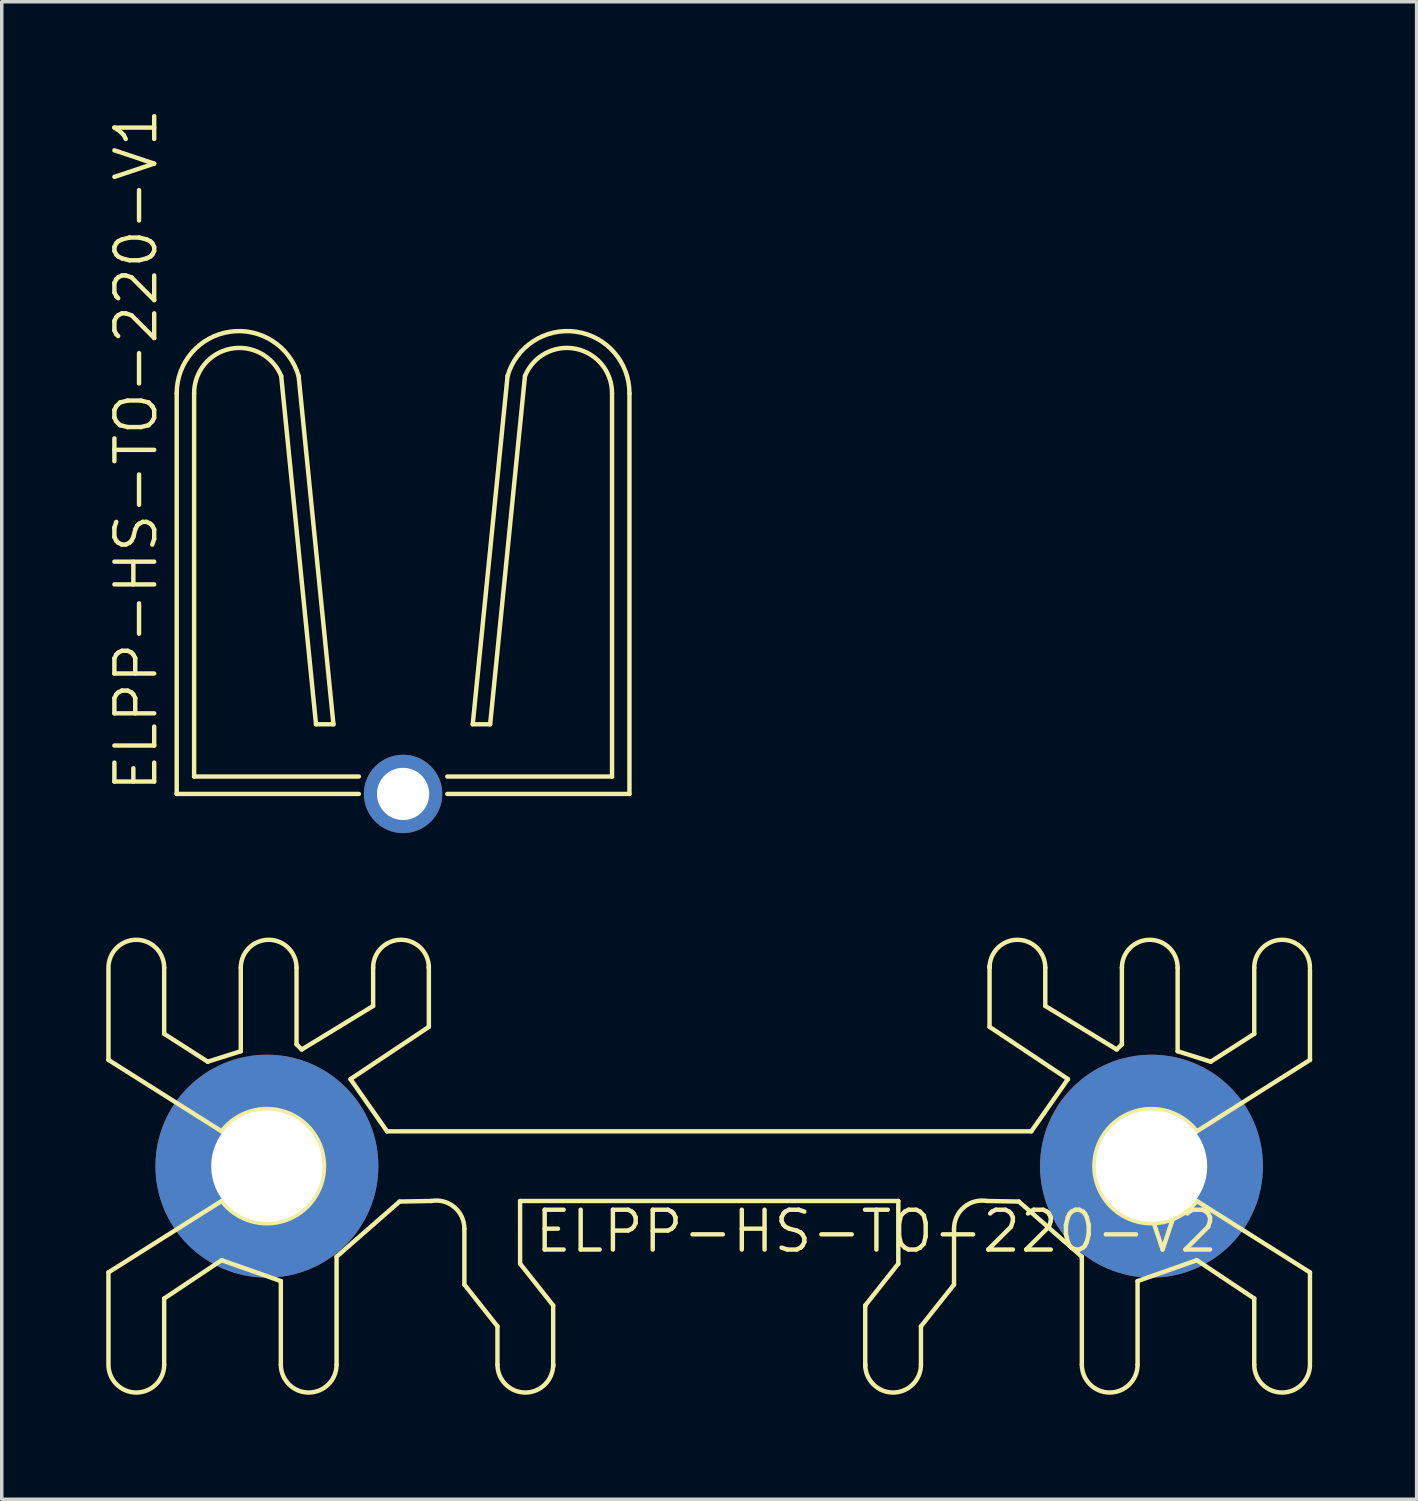
<source format=kicad_pcb>
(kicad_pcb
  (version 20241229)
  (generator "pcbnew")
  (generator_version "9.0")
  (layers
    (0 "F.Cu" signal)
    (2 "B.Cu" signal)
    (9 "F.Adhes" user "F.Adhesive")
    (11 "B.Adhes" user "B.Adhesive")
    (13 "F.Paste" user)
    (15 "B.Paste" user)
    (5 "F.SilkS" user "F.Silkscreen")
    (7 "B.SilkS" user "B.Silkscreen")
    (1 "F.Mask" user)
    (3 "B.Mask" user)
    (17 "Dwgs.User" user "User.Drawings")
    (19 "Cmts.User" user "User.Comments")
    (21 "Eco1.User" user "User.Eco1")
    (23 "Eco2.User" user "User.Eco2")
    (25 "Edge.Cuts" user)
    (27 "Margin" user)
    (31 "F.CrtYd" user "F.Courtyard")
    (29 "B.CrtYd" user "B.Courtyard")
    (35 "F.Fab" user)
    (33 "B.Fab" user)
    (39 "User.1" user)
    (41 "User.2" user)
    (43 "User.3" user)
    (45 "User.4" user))
  (footprint "ELPP-HS-TO-220-V2"
    (layer "F.Cu")
    (at 17.314 30.435)
    (property "Reference" "ELPP-HS-TO-220-V2" (at -5.08 2.54 0) (unlocked yes) (layer "F.SilkS") (effects (font (size 1.143 1.143) (thickness 0.127)) (justify left bottom)))
    (fp_line (start -17.25 -5.65) (end -17.25 -3.05) (stroke (width 0.127) (type solid)) (layer "F.SilkS"))
    (fp_line (start -17.25 5.65) (end -17.25 3.05) (stroke (width 0.127) (type solid)) (layer "F.SilkS"))
    (fp_line (start -15.65 -3.8) (end -15.65 -5.7) (stroke (width 0.127) (type solid)) (layer "F.SilkS"))
    (fp_line (start -15.65 3.8) (end -15.65 5.7) (stroke (width 0.127) (type solid)) (layer "F.SilkS"))
    (fp_line (start -15.65 3.8) (end -14 2.7) (stroke (width 0.127) (type solid)) (layer "F.SilkS"))
    (fp_line (start -14.4 -3) (end -15.65 -3.8) (stroke (width 0.127) (type solid)) (layer "F.SilkS"))
    (fp_line (start -14 -1) (end -17.25 -3.05) (stroke (width 0.127) (type solid)) (layer "F.SilkS"))
    (fp_line (start -14 1) (end -17.25 3.05) (stroke (width 0.127) (type solid)) (layer "F.SilkS"))
    (fp_line (start -14 2.7) (end -12.3 3.3) (stroke (width 0.127) (type solid)) (layer "F.SilkS"))
    (fp_line (start -13.45 -3.3) (end -14.4 -3) (stroke (width 0.127) (type solid)) (layer "F.SilkS"))
    (fp_line (start -13.45 -3.3) (end -13.45 -5.7) (stroke (width 0.127) (type solid)) (layer "F.SilkS"))
    (fp_line (start -12.3 3.3) (end -12.3 5.7) (stroke (width 0.127) (type solid)) (layer "F.SilkS"))
    (fp_line (start -11.85 -3.5) (end -11.85 -5.7) (stroke (width 0.127) (type solid)) (layer "F.SilkS"))
    (fp_line (start -11.85 -3.5) (end -11.7 -3.35) (stroke (width 0.127) (type solid)) (layer "F.SilkS"))
    (fp_line (start -10.7 2.6) (end -10.7 5.7) (stroke (width 0.127) (type solid)) (layer "F.SilkS"))
    (fp_line (start -10.7 2.6) (end -8.89 1.016) (stroke (width 0.127) (type solid)) (layer "F.SilkS"))
    (fp_line (start -10.3 -2.5) (end -9.25 -1) (stroke (width 0.127) (type solid)) (layer "F.SilkS"))
    (fp_line (start -9.65 -4.6) (end -11.7 -3.35) (stroke (width 0.127) (type solid)) (layer "F.SilkS"))
    (fp_line (start -9.65 -4.6) (end -9.65 -5.7) (stroke (width 0.127) (type solid)) (layer "F.SilkS"))
    (fp_line (start -9.25 -1) (end 9.25 -1) (stroke (width 0.127) (type solid)) (layer "F.SilkS"))
    (fp_line (start -8.89 1.016) (end -7.98 1) (stroke (width 0.127) (type solid)) (layer "F.SilkS"))
    (fp_line (start -8.05 -5.75) (end -8.05 -5.7) (stroke (width 0.127) (type solid)) (layer "F.SilkS"))
    (fp_line (start -8.05 -5.7) (end -8.05 -4) (stroke (width 0.127) (type solid)) (layer "F.SilkS"))
    (fp_line (start -8.05 -4) (end -10.3 -2.5) (stroke (width 0.127) (type solid)) (layer "F.SilkS"))
    (fp_line (start -7.03 3.4) (end -7.03 1.8) (stroke (width 0.127) (type solid)) (layer "F.SilkS"))
    (fp_line (start -6.08 4.6) (end -7.03 3.4) (stroke (width 0.127) (type solid)) (layer "F.SilkS"))
    (fp_line (start -6.08 4.6) (end -6.08 5.7) (stroke (width 0.127) (type solid)) (layer "F.SilkS"))
    (fp_line (start -5.43 1) (end 5.43 1) (stroke (width 0.127) (type solid)) (layer "F.SilkS"))
    (fp_line (start -5.43 2.8) (end -5.43 1) (stroke (width 0.127) (type solid)) (layer "F.SilkS"))
    (fp_line (start -4.48 4) (end -5.43 2.8) (stroke (width 0.127) (type solid)) (layer "F.SilkS"))
    (fp_line (start -4.48 5.7) (end -4.48 4) (stroke (width 0.127) (type solid)) (layer "F.SilkS"))
    (fp_line (start -4.48 5.75) (end -4.48 5.7) (stroke (width 0.127) (type solid)) (layer "F.SilkS"))
    (fp_line (start 4.48 4) (end 5.43 2.8) (stroke (width 0.127) (type solid)) (layer "F.SilkS"))
    (fp_line (start 4.48 5.7) (end 4.48 4) (stroke (width 0.127) (type solid)) (layer "F.SilkS"))
    (fp_line (start 4.48 5.75) (end 4.48 5.7) (stroke (width 0.127) (type solid)) (layer "F.SilkS"))
    (fp_line (start 5.43 2.8) (end 5.43 1) (stroke (width 0.127) (type solid)) (layer "F.SilkS"))
    (fp_line (start 6.08 4.6) (end 6.08 5.7) (stroke (width 0.127) (type solid)) (layer "F.SilkS"))
    (fp_line (start 6.08 4.6) (end 7.03 3.4) (stroke (width 0.127) (type solid)) (layer "F.SilkS"))
    (fp_line (start 7.03 3.4) (end 7.03 1.8) (stroke (width 0.127) (type solid)) (layer "F.SilkS"))
    (fp_line (start 8.05 -5.75) (end 8.05 -5.7) (stroke (width 0.127) (type solid)) (layer "F.SilkS"))
    (fp_line (start 8.05 -5.7) (end 8.05 -4) (stroke (width 0.127) (type solid)) (layer "F.SilkS"))
    (fp_line (start 8.05 -4) (end 10.3 -2.5) (stroke (width 0.127) (type solid)) (layer "F.SilkS"))
    (fp_line (start 8.89 1.016) (end 7.98 1) (stroke (width 0.127) (type solid)) (layer "F.SilkS"))
    (fp_line (start 9.65 -4.6) (end 9.65 -5.7) (stroke (width 0.127) (type solid)) (layer "F.SilkS"))
    (fp_line (start 9.65 -4.6) (end 11.7 -3.35) (stroke (width 0.127) (type solid)) (layer "F.SilkS"))
    (fp_line (start 10.3 -2.5) (end 9.25 -1) (stroke (width 0.127) (type solid)) (layer "F.SilkS"))
    (fp_line (start 10.7 2.6) (end 8.89 1.016) (stroke (width 0.127) (type solid)) (layer "F.SilkS"))
    (fp_line (start 10.7 2.6) (end 10.7 5.7) (stroke (width 0.127) (type solid)) (layer "F.SilkS"))
    (fp_line (start 11.85 -3.5) (end 11.7 -3.35) (stroke (width 0.127) (type solid)) (layer "F.SilkS"))
    (fp_line (start 11.85 -3.5) (end 11.85 -5.7) (stroke (width 0.127) (type solid)) (layer "F.SilkS"))
    (fp_line (start 12.3 3.3) (end 12.3 5.7) (stroke (width 0.127) (type solid)) (layer "F.SilkS"))
    (fp_line (start 13.45 -3.3) (end 13.45 -5.7) (stroke (width 0.127) (type solid)) (layer "F.SilkS"))
    (fp_line (start 13.45 -3.3) (end 14.4 -3) (stroke (width 0.127) (type solid)) (layer "F.SilkS"))
    (fp_line (start 14 -1) (end 17.25 -3.05) (stroke (width 0.127) (type solid)) (layer "F.SilkS"))
    (fp_line (start 14 1) (end 17.25 3.05) (stroke (width 0.127) (type solid)) (layer "F.SilkS"))
    (fp_line (start 14 2.7) (end 12.3 3.3) (stroke (width 0.127) (type solid)) (layer "F.SilkS"))
    (fp_line (start 14.4 -3) (end 15.65 -3.8) (stroke (width 0.127) (type solid)) (layer "F.SilkS"))
    (fp_line (start 15.65 -3.8) (end 15.65 -5.7) (stroke (width 0.127) (type solid)) (layer "F.SilkS"))
    (fp_line (start 15.65 3.8) (end 14 2.7) (stroke (width 0.127) (type solid)) (layer "F.SilkS"))
    (fp_line (start 15.65 3.8) (end 15.65 5.7) (stroke (width 0.127) (type solid)) (layer "F.SilkS"))
    (fp_line (start 17.25 -5.65) (end 17.25 -3.05) (stroke (width 0.127) (type solid)) (layer "F.SilkS"))
    (fp_line (start 17.25 5.65) (end 17.25 3.05) (stroke (width 0.127) (type solid)) (layer "F.SilkS"))
    (fp_arc (start -17.25 -5.7) (mid -16.45 -6.5) (end -15.65 -5.7) (stroke (width 0.127) (type solid)) (layer "F.SilkS"))
    (fp_arc (start -15.65 5.7) (mid -16.45 6.5) (end -17.25 5.7) (stroke (width 0.127) (type solid)) (layer "F.SilkS"))
    (fp_arc (start -14 -1) (mid -11.059876 -0.000001) (end -13.999999 1.000001) (stroke (width 0.127) (type solid)) (layer "F.SilkS"))
    (fp_arc (start -13.45 -5.7) (mid -12.65 -6.5) (end -11.85 -5.7) (stroke (width 0.127) (type solid)) (layer "F.SilkS"))
    (fp_arc (start -10.7 5.7) (mid -11.5 6.5) (end -12.3 5.7) (stroke (width 0.127) (type solid)) (layer "F.SilkS"))
    (fp_arc (start -9.65 -5.7) (mid -8.85 -6.5) (end -8.05 -5.7) (stroke (width 0.127) (type solid)) (layer "F.SilkS"))
    (fp_arc (start -7.979998 0.999999) (mid -7.317157 1.176938) (end -7.03 1.8) (stroke (width 0.127) (type solid)) (layer "F.SilkS"))
    (fp_arc (start -4.48 5.7) (mid -5.28 6.5) (end -6.08 5.7) (stroke (width 0.127) (type solid)) (layer "F.SilkS"))
    (fp_arc (start 6.08 5.7) (mid 5.28 6.5) (end 4.48 5.7) (stroke (width 0.127) (type solid)) (layer "F.SilkS"))
    (fp_arc (start 7.03 1.8) (mid 7.317157 1.176939) (end 7.979998 0.999999) (stroke (width 0.127) (type solid)) (layer "F.SilkS"))
    (fp_arc (start 8.05 -5.7) (mid 8.85 -6.5) (end 9.65 -5.7) (stroke (width 0.127) (type solid)) (layer "F.SilkS"))
    (fp_arc (start 11.85 -5.7) (mid 12.65 -6.5) (end 13.45 -5.7) (stroke (width 0.127) (type solid)) (layer "F.SilkS"))
    (fp_arc (start 12.3 5.7) (mid 11.5 6.5) (end 10.7 5.7) (stroke (width 0.127) (type solid)) (layer "F.SilkS"))
    (fp_arc (start 13.999999 1.000001) (mid 11.059876 -0.000001) (end 14 -1) (stroke (width 0.127) (type solid)) (layer "F.SilkS"))
    (fp_arc (start 15.65 -5.7) (mid 16.45 -6.5) (end 17.25 -5.7) (stroke (width 0.127) (type solid)) (layer "F.SilkS"))
    (fp_arc (start 17.25 5.7) (mid 16.45 6.5) (end 15.65 5.7) (stroke (width 0.127) (type solid)) (layer "F.SilkS"))
    (pad "1" thru_hole circle (at -12.7 0) (size 6.4 6.4) (drill 3.2) (layers "*.Cu" "*.Mask"))
    (pad "2" thru_hole circle (at 12.7 0) (size 6.4 6.4) (drill 3.2) (layers "*.Cu" "*.Mask")))
  (footprint "ELPP-HS-TO-220-V1"
    (layer "F.Cu")
    (at 8.524 19.747)
    (property "Reference" "ELPP-HS-TO-220-V1" (at -7 0 90) (unlocked yes) (layer "F.SilkS") (effects (font (size 1.143 1.143) (thickness 0.127)) (justify left bottom)))
    (fp_line (start -6.5 0) (end -6.5 -11.5) (stroke (width 0.127) (type solid)) (layer "F.SilkS"))
    (fp_line (start -6.5 0) (end -1.27 0) (stroke (width 0.127) (type solid)) (layer "F.SilkS"))
    (fp_line (start -6 -11.5) (end -6 -0.5) (stroke (width 0.127) (type solid)) (layer "F.SilkS"))
    (fp_line (start -6 -0.5) (end -1.27 -0.5) (stroke (width 0.127) (type solid)) (layer "F.SilkS"))
    (fp_line (start -3 -12) (end -2 -2) (stroke (width 0.127) (type solid)) (layer "F.SilkS"))
    (fp_line (start -2.5 -2) (end -3.5 -12) (stroke (width 0.127) (type solid)) (layer "F.SilkS"))
    (fp_line (start -2 -2) (end -2.5 -2) (stroke (width 0.127) (type solid)) (layer "F.SilkS"))
    (fp_line (start 2 -2) (end 2.5 -2) (stroke (width 0.127) (type solid)) (layer "F.SilkS"))
    (fp_line (start 2.5 -2) (end 3.5 -12) (stroke (width 0.127) (type solid)) (layer "F.SilkS"))
    (fp_line (start 3 -12) (end 2 -2) (stroke (width 0.127) (type solid)) (layer "F.SilkS"))
    (fp_line (start 6 -11.5) (end 6 -0.5) (stroke (width 0.127) (type solid)) (layer "F.SilkS"))
    (fp_line (start 6 -0.5) (end 1.27 -0.5) (stroke (width 0.127) (type solid)) (layer "F.SilkS"))
    (fp_line (start 6.5 0) (end 1.27 0) (stroke (width 0.127) (type solid)) (layer "F.SilkS"))
    (fp_line (start 6.5 0) (end 6.5 -11.5) (stroke (width 0.127) (type solid)) (layer "F.SilkS"))
    (fp_arc (start -6.5 -11.5) (mid -4.967425 -13.271984) (end -2.999999 -11.999998) (stroke (width 0.127) (type solid)) (layer "F.SilkS"))
    (fp_arc (start -6 -11.5) (mid -4.956448 -12.782241) (end -3.499999 -12) (stroke (width 0.127) (type solid)) (layer "F.SilkS"))
    (fp_arc (start 2.999999 -11.999998) (mid 4.967425 -13.271984) (end 6.5 -11.5) (stroke (width 0.127) (type solid)) (layer "F.SilkS"))
    (fp_arc (start 3.499999 -12) (mid 4.956448 -12.782242) (end 6 -11.5) (stroke (width 0.127) (type solid)) (layer "F.SilkS"))
    (pad "1" thru_hole circle (at 0 0) (size 2.25 2.25) (drill 1.5) (layers "*.Cu" "*.Mask")))
  (gr_rect
    (start -3 -3)
    (end 37.627 39.999)
    (stroke (width 0.1) (type default))
    (fill no)
    (layer "Edge.Cuts")))
</source>
